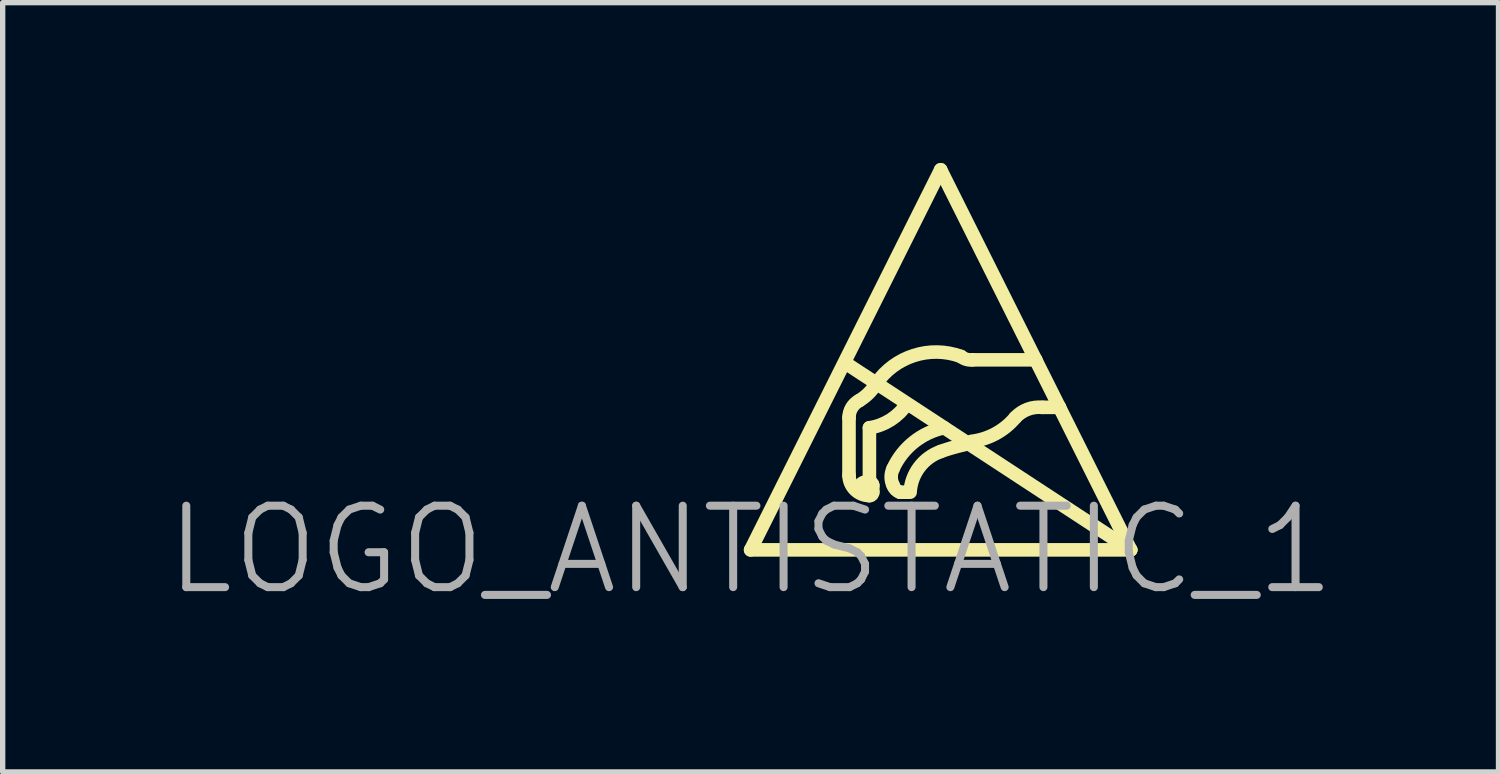
<source format=kicad_pcb>
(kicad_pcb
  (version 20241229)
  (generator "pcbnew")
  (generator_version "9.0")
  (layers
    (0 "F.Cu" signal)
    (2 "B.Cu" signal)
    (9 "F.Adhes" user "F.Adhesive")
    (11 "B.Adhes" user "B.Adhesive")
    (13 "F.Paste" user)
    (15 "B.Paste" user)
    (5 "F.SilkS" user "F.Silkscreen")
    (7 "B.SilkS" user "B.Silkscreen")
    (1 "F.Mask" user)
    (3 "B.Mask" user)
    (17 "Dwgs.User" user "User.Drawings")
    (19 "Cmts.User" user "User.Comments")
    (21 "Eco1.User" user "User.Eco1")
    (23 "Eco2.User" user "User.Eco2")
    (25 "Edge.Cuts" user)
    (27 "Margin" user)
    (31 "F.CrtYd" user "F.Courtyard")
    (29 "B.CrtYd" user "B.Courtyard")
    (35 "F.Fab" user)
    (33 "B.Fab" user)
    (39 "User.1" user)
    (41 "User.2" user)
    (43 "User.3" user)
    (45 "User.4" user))
  (footprint "LOGO_ANTISTATIC_1"
    (layer "F.Cu")
    (at 10.995 7.239)
    (property "Reference" "LOGO_ANTISTATIC_1" (at 0 0 0) (layer "F.Fab") (effects (font (size 1.524 1.524) (thickness 0.15))))
    (attr through_hole)
    (fp_line (start 0 0) (end 7.112 0) (stroke (width 0.254) (type solid)) (layer "F.SilkS"))
    (fp_line (start 1.778 -3.493) (end 7.112 0) (stroke (width 0.254) (type solid)) (layer "F.SilkS"))
    (fp_line (start 1.841 -2.477) (end 1.841 -1.397) (stroke (width 0.254) (type solid)) (layer "F.SilkS"))
    (fp_line (start 2.223 -1.27) (end 2.159 -1.27) (stroke (width 0.254) (type solid)) (layer "F.SilkS"))
    (fp_line (start 2.223 -1.27) (end 2.223 -2.286) (stroke (width 0.254) (type solid)) (layer "F.SilkS"))
    (fp_line (start 2.286 -1.079) (end 2.286 -1.206) (stroke (width 0.254) (type solid)) (layer "F.SilkS"))
    (fp_line (start 2.794 -1.079) (end 2.946 -1.079) (stroke (width 0.254) (type solid)) (layer "F.SilkS"))
    (fp_line (start 3.556 -7.112) (end 0 0) (stroke (width 0.254) (type solid)) (layer "F.SilkS"))
    (fp_line (start 4.153 -3.556) (end 5.334 -3.556) (stroke (width 0.254) (type solid)) (layer "F.SilkS"))
    (fp_line (start 5.334 -3.556) (end 3.556 -7.112) (stroke (width 0.254) (type solid)) (layer "F.SilkS"))
    (fp_line (start 5.779 -2.667) (end 5.334 -3.556) (stroke (width 0.254) (type solid)) (layer "F.SilkS"))
    (fp_line (start 5.779 -2.667) (end 5.461 -2.667) (stroke (width 0.254) (type solid)) (layer "F.SilkS"))
    (fp_line (start 7.112 0) (end 5.779 -2.667) (stroke (width 0.254) (type solid)) (layer "F.SilkS"))
    (fp_arc (start 1.8415 -2.4765) (mid 1.892493 -2.660688) (end 2.030952 -2.792425) (stroke (width 0.254) (type solid)) (layer "F.SilkS"))
    (fp_arc (start 2.032 -1.143) (mid 2.069197 -1.232803) (end 2.159 -1.27) (stroke (width 0.254) (type solid)) (layer "F.SilkS"))
    (fp_arc (start 2.2225 -1.27) (mid 2.267401 -1.251401) (end 2.286 -1.2065) (stroke (width 0.254) (type solid)) (layer "F.SilkS"))
    (fp_arc (start 2.2225 -1.016) (mid 1.953092 -1.127592) (end 1.8415 -1.397) (stroke (width 0.254) (type solid)) (layer "F.SilkS"))
    (fp_arc (start 2.286 -1.0795) (mid 2.26916 -1.033814) (end 2.224929 -1.013456) (stroke (width 0.254) (type solid)) (layer "F.SilkS"))
    (fp_arc (start 2.3495 -3.1115) (mid 2.210976 -2.933276) (end 2.033451 -2.793858) (stroke (width 0.254) (type solid)) (layer "F.SilkS"))
    (fp_arc (start 2.3495 -3.1115) (mid 3.055833 -3.637435) (end 3.936279 -3.619321) (stroke (width 0.254) (type solid)) (layer "F.SilkS"))
    (fp_arc (start 2.667 -1.524) (mid 3.052894 -2.016636) (end 3.618292 -2.284834) (stroke (width 0.254) (type solid)) (layer "F.SilkS"))
    (fp_arc (start 2.667 -1.2065) (mid 2.630092 -1.365023) (end 2.667932 -1.523326) (stroke (width 0.254) (type solid)) (layer "F.SilkS"))
    (fp_arc (start 2.794 -1.0795) (mid 2.715547 -1.127972) (end 2.667033 -1.2064) (stroke (width 0.254) (type solid)) (layer "F.SilkS"))
    (fp_arc (start 2.921 -2.7305) (mid 2.619867 -2.433418) (end 2.224065 -2.284155) (stroke (width 0.254) (type solid)) (layer "F.SilkS"))
    (fp_arc (start 2.9845 -1.0795) (mid 3.155121 -1.546326) (end 3.556085 -1.840036) (stroke (width 0.254) (type solid)) (layer "F.SilkS"))
    (fp_arc (start 3.556 -1.8415) (mid 3.773965 -1.911125) (end 3.995725 -1.967506) (stroke (width 0.254) (type solid)) (layer "F.SilkS"))
    (fp_arc (start 4.1529 -3.556) (mid 4.038851 -3.565528) (end 3.937084 -3.617886) (stroke (width 0.254) (type solid)) (layer "F.SilkS"))
    (fp_arc (start 4.953 -2.4765) (mid 4.584618 -2.174457) (end 4.130538 -2.030424) (stroke (width 0.254) (type solid)) (layer "F.SilkS"))
    (fp_arc (start 4.953 -2.4765) (mid 5.184933 -2.631521) (end 5.461699 -2.666526) (stroke (width 0.254) (type solid)) (layer "F.SilkS")))
  (gr_rect
    (start -3 -3)
    (end 24.989 11.394)
    (stroke (width 0.1) (type default))
    (fill no)
    (layer "Edge.Cuts")))
</source>
